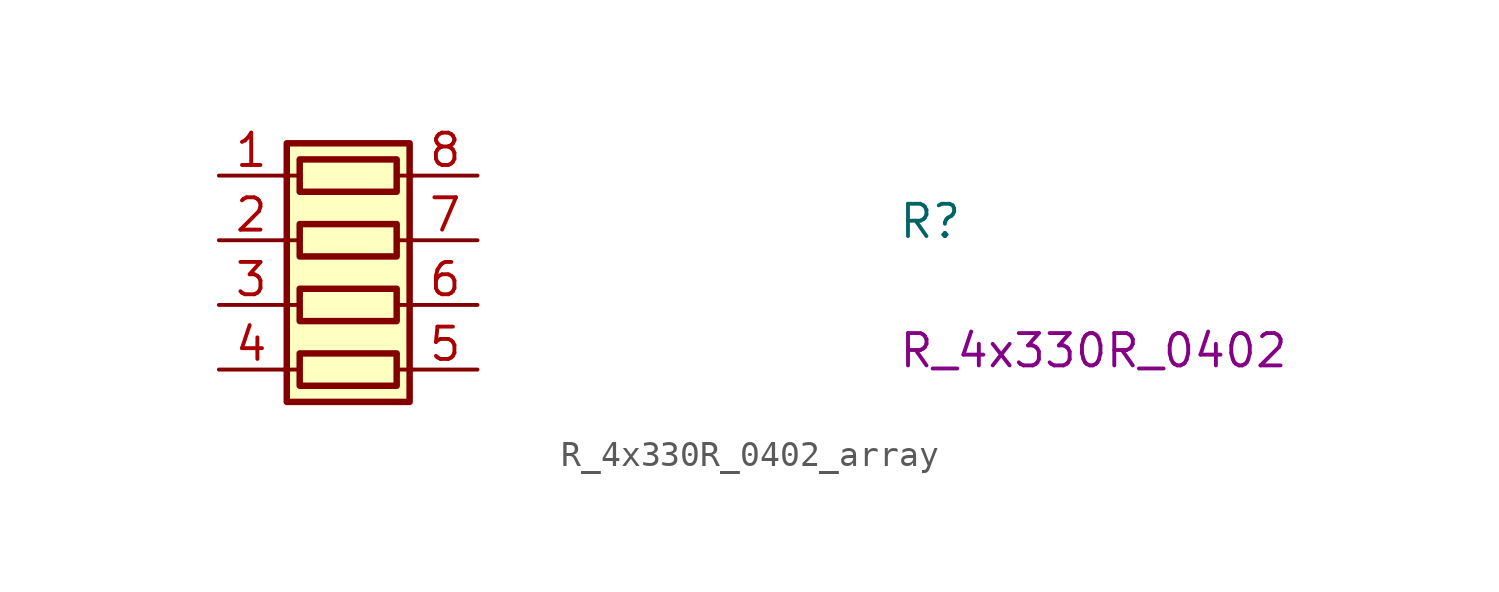
<source format=kicad_sym>
(kicad_symbol_lib
  (version 20211014)
  (generator kicad_symbol_editor)
  (symbol "R_4x330R_0402_array"
    (pin_names hide)
    (property "Reference" "R"
      (at 26.67 -2.54 0)
      (effects (font (size 1.27 1.27) (thickness 0.15)) (justify left bottom)))
    (property "Val" "R_4x330R_0402"
      (at 26.67 -7.62 0)
      (effects (font (size 1.27 1.27)) (justify left bottom)))
    (symbol "R_4x330R_0402_array_0_1"
      (polyline (pts (xy 2.54 -7.62) (xy 3.175 -7.62)) (stroke (width 0) (type default) (color 0 0 0 0)) (fill (type none)))
      (polyline (pts (xy 2.54 -5.08) (xy 3.175 -5.08)) (stroke (width 0) (type default) (color 0 0 0 0)) (fill (type none)))
      (polyline (pts (xy 2.54 -2.54) (xy 3.175 -2.54)) (stroke (width 0) (type default) (color 0 0 0 0)) (fill (type none)))
      (polyline (pts (xy 2.54 0) (xy 3.175 0)) (stroke (width 0) (type default) (color 0 0 0 0)) (fill (type none)))
      (polyline (pts (xy 6.985 -7.62) (xy 7.62 -7.62)) (stroke (width 0) (type default) (color 0 0 0 0)) (fill (type none)))
      (polyline (pts (xy 6.985 -5.08) (xy 7.62 -5.08)) (stroke (width 0) (type default) (color 0 0 0 0)) (fill (type none)))
      (polyline (pts (xy 6.985 -2.54) (xy 7.62 -2.54)) (stroke (width 0) (type default) (color 0 0 0 0)) (fill (type none)))
      (polyline (pts (xy 6.985 0) (xy 7.62 0)) (stroke (width 0) (type default) (color 0 0 0 0)) (fill (type none)))
      (rectangle (start 2.667 1.27) (end 7.493 -8.89) (stroke (width 0.254) (type default) (color 0 0 0 0)) (fill (type background)))
      (rectangle (start 6.985 -6.985) (end 3.175 -8.255) (stroke (width 0.254) (type default) (color 0 0 0 0)) (fill (type none)))
      (rectangle (start 6.985 -4.445) (end 3.175 -5.715) (stroke (width 0.254) (type default) (color 0 0 0 0)) (fill (type none)))
      (rectangle (start 6.985 -1.905) (end 3.175 -3.175) (stroke (width 0.254) (type default) (color 0 0 0 0)) (fill (type none)))
      (rectangle (start 6.985 0.635) (end 3.175 -0.635) (stroke (width 0.254) (type default) (color 0 0 0 0)) (fill (type none))))
    (symbol "R_4x330R_0402_array_1_1"
      (pin passive line (at 0 0 0) (length 2.54) (name "R1.1" (effects (font (size 1.27 1.27)))) (number "1" (effects (font (size 1.27 1.27)))))
      (pin passive line (at 0 -2.54 0) (length 2.54) (name "R2.1" (effects (font (size 1.27 1.27)))) (number "2" (effects (font (size 1.27 1.27)))))
      (pin passive line (at 0 -5.08 0) (length 2.54) (name "R3.1" (effects (font (size 1.27 1.27)))) (number "3" (effects (font (size 1.27 1.27)))))
      (pin passive line (at 0 -7.62 0) (length 2.54) (name "R4.1" (effects (font (size 1.27 1.27)))) (number "4" (effects (font (size 1.27 1.27)))))
      (pin passive line (at 10.16 -7.62 180) (length 2.54) (name "R4.2" (effects (font (size 1.27 1.27)))) (number "5" (effects (font (size 1.27 1.27)))))
      (pin passive line (at 10.16 -5.08 180) (length 2.54) (name "R3.2" (effects (font (size 1.27 1.27)))) (number "6" (effects (font (size 1.27 1.27)))))
      (pin passive line (at 10.16 -2.54 180) (length 2.54) (name "R2.2" (effects (font (size 1.27 1.27)))) (number "7" (effects (font (size 1.27 1.27)))))
      (pin passive line (at 10.16 0 180) (length 2.54) (name "R1.2" (effects (font (size 1.27 1.27)))) (number "8" (effects (font (size 1.27 1.27))))))))
</source>
